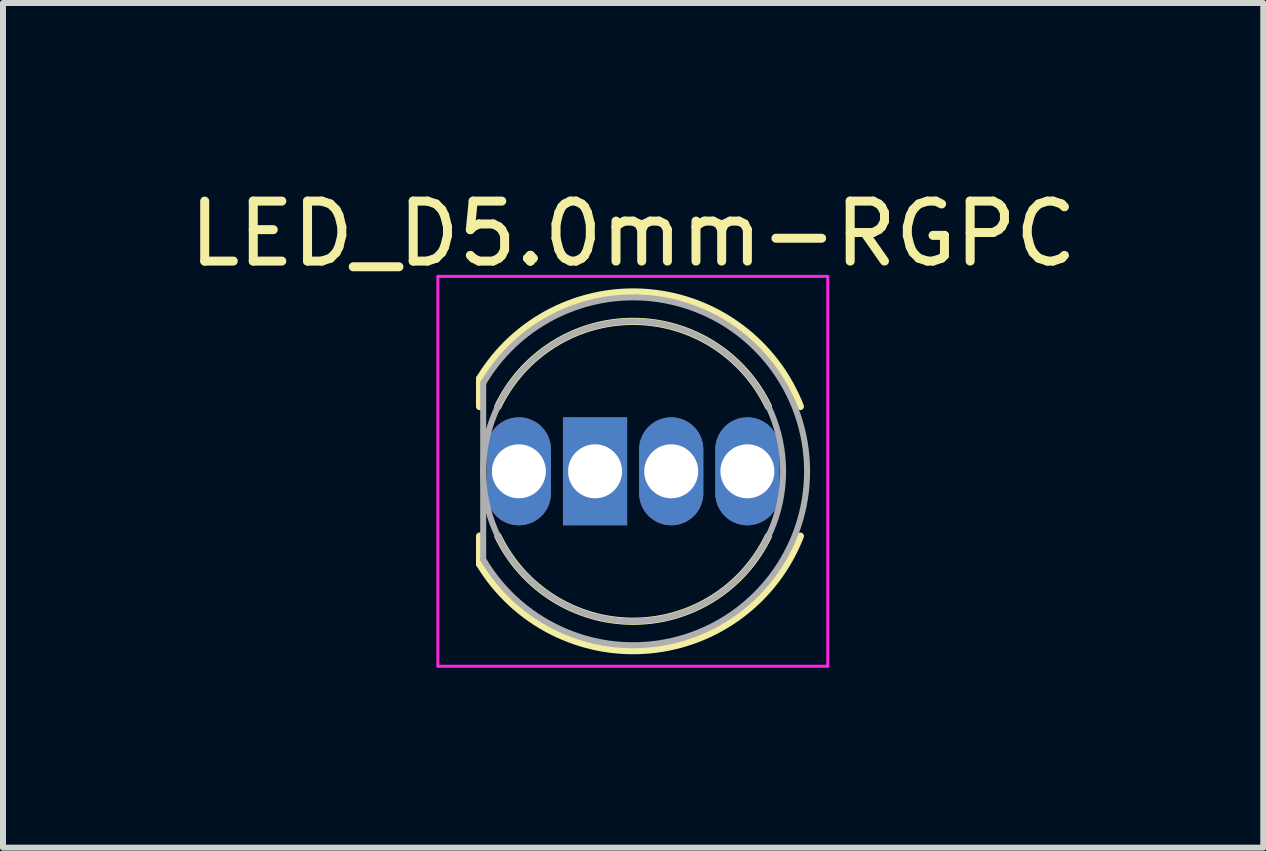
<source format=kicad_pcb>
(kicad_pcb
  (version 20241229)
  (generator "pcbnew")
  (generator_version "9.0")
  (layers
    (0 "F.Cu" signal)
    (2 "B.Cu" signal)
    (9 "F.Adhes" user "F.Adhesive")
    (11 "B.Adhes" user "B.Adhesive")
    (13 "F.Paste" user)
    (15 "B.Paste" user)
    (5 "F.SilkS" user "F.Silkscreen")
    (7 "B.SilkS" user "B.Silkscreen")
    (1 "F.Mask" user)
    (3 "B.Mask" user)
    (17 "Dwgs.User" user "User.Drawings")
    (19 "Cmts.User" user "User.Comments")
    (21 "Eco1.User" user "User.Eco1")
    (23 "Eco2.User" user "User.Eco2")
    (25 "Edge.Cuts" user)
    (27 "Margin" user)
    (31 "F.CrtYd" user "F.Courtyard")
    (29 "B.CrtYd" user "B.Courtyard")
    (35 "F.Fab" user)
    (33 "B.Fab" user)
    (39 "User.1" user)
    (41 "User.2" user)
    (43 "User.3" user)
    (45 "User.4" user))
  (footprint "LED_D5.0mm-RGPC"
    (layer "F.Cu")
    (at 5.601 4.808)
    (property "Reference" "LED_D5.0mm-RGPC" (at 1.905 -3.96 0) (layer "F.SilkS") (effects (font (size 1 1) (thickness 0.15))))
    (attr through_hole)
    (fp_line (start -0.655 -1.545) (end -0.655 -1.08) (stroke (width 0.12) (type solid)) (layer "F.SilkS"))
    (fp_line (start -0.655 1.08) (end -0.655 1.545) (stroke (width 0.12) (type solid)) (layer "F.SilkS"))
    (fp_arc (start -0.655 -1.54483) (mid 2.163456 -2.978809) (end 4.692815 -1.080827) (stroke (width 0.12) (type solid)) (layer "F.SilkS"))
    (fp_arc (start -0.349684 -1.08) (mid 1.904762 -2.5) (end 4.159479 -1.080429) (stroke (width 0.12) (type solid)) (layer "F.SilkS"))
    (fp_arc (start 4.159479 1.080429) (mid 1.904762 2.5) (end -0.349684 1.08) (stroke (width 0.12) (type solid)) (layer "F.SilkS"))
    (fp_arc (start 4.692815 1.080827) (mid 2.163456 2.978808) (end -0.655 1.54483) (stroke (width 0.12) (type solid)) (layer "F.SilkS"))
    (fp_line (start -1.35 -3.25) (end -1.35 3.25) (stroke (width 0.05) (type solid)) (layer "F.CrtYd"))
    (fp_line (start -1.35 3.25) (end 5.15 3.25) (stroke (width 0.05) (type solid)) (layer "F.CrtYd"))
    (fp_line (start 5.15 -3.25) (end -1.35 -3.25) (stroke (width 0.05) (type solid)) (layer "F.CrtYd"))
    (fp_line (start 5.15 3.25) (end 5.15 -3.25) (stroke (width 0.05) (type solid)) (layer "F.CrtYd"))
    (fp_line (start -0.595 -1.47) (end -0.595 1.47) (stroke (width 0.1) (type solid)) (layer "F.Fab"))
    (fp_arc (start -0.595 -1.469694) (mid 4.805 0.000016) (end -0.595016 1.469666) (stroke (width 0.1) (type solid)) (layer "F.Fab"))
    (fp_circle (center 1.905 0) (end 4.405 0) (stroke (width 0.1) (type solid)) (fill no) (layer "F.Fab"))
    (pad "1" thru_hole oval (at 0 0) (size 1.07 1.8) (drill 0.9) (layers "*.Cu" "*.Mask"))
    (pad "2" thru_hole rect (at 1.27 0) (size 1.07 1.8) (drill 0.9) (layers "*.Cu" "*.Mask"))
    (pad "3" thru_hole oval (at 2.54 0) (size 1.07 1.8) (drill 0.9) (layers "*.Cu" "*.Mask"))
    (pad "4" thru_hole oval (at 3.81 0) (size 1.07 1.8) (drill 0.9) (layers "*.Cu" "*.Mask")))
  (gr_rect
    (start -3 -3)
    (end 18.012 11.083)
    (stroke (width 0.1) (type default))
    (fill no)
    (layer "Edge.Cuts")))
</source>
